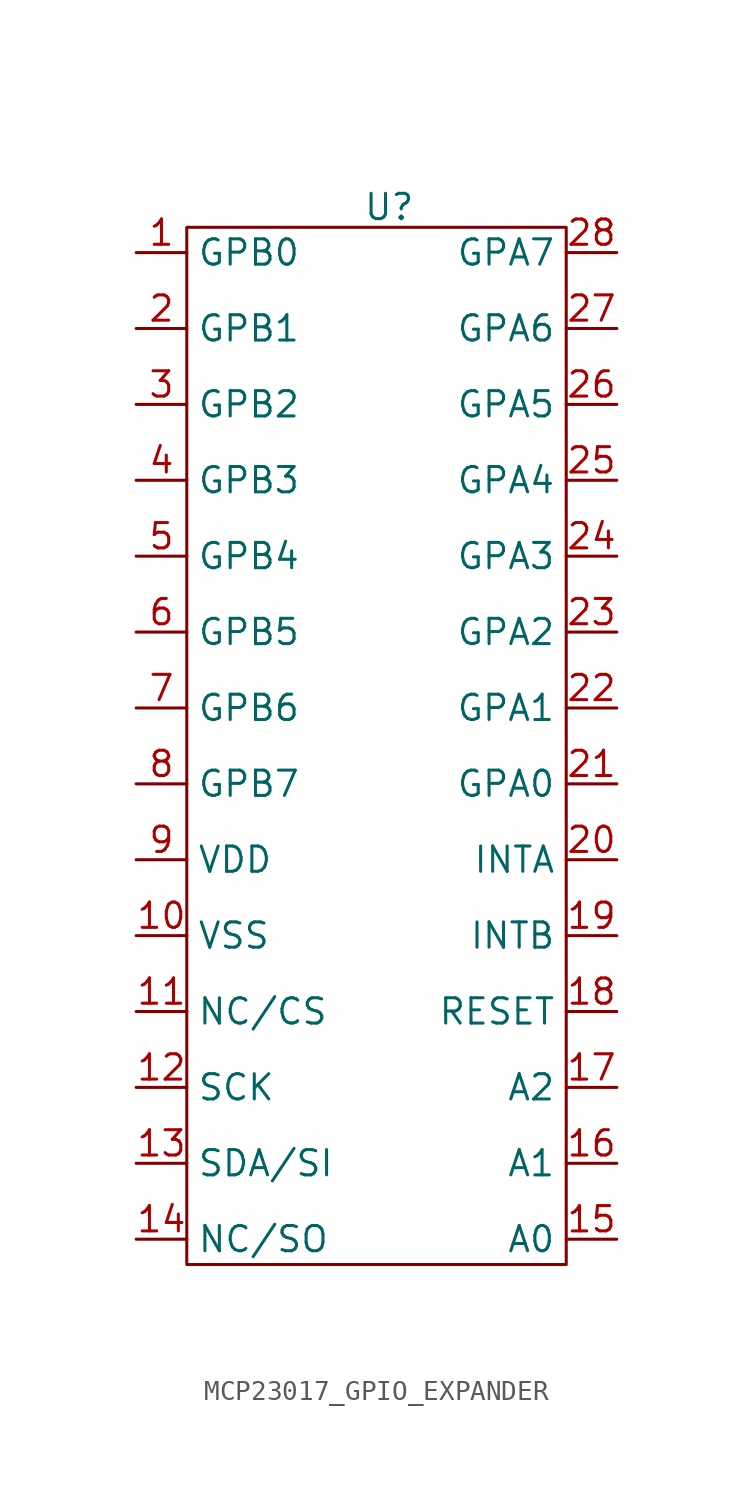
<source format=kicad_sym>
(kicad_symbol_lib
  (version 20231120)
  (generator "kicad_symbol_editor")
  (generator_version "8.0")
  (symbol "MCP23017_GPIO_EXPANDER"
    (property "Reference" "U"
      (at 0 -0.254 0)
      (effects (font (size 1.27 1.27))))
    (property "Value" ""
      (at 0 0 0)
      (effects (font (size 1.27 1.27))))
    (symbol "MCP23017_GPIO_EXPANDER_0_1"
      (rectangle (start -10.16 -1.27) (end 8.89 -53.34) (stroke (width 0) (type default)) (fill (type none))))
    (symbol "MCP23017_GPIO_EXPANDER_1_1"
      (pin bidirectional line (at -12.7 -2.54 0) (length 2.54) (name "GPB0" (effects (font (size 1.27 1.27)))) (number "1" (effects (font (size 1.27 1.27)))))
      (pin power_in line (at -12.7 -36.83 0) (length 2.54) (name "VSS" (effects (font (size 1.27 1.27)))) (number "10" (effects (font (size 1.27 1.27)))))
      (pin input line (at -12.7 -40.64 0) (length 2.54) (name "NC/CS" (effects (font (size 1.27 1.27)))) (number "11" (effects (font (size 1.27 1.27)))))
      (pin input line (at -12.7 -44.45 0) (length 2.54) (name "SCK" (effects (font (size 1.27 1.27)))) (number "12" (effects (font (size 1.27 1.27)))))
      (pin bidirectional line (at -12.7 -48.26 0) (length 2.54) (name "SDA/SI" (effects (font (size 1.27 1.27)))) (number "13" (effects (font (size 1.27 1.27)))))
      (pin output line (at -12.7 -52.07 0) (length 2.54) (name "NC/SO" (effects (font (size 1.27 1.27)))) (number "14" (effects (font (size 1.27 1.27)))))
      (pin input line (at 11.43 -52.07 180) (length 2.54) (name "A0" (effects (font (size 1.27 1.27)))) (number "15" (effects (font (size 1.27 1.27)))))
      (pin input line (at 11.43 -48.26 180) (length 2.54) (name "A1" (effects (font (size 1.27 1.27)))) (number "16" (effects (font (size 1.27 1.27)))))
      (pin input line (at 11.43 -44.45 180) (length 2.54) (name "A2" (effects (font (size 1.27 1.27)))) (number "17" (effects (font (size 1.27 1.27)))))
      (pin input line (at 11.43 -40.64 180) (length 2.54) (name "RESET" (effects (font (size 1.27 1.27)))) (number "18" (effects (font (size 1.27 1.27)))))
      (pin output line (at 11.43 -36.83 180) (length 2.54) (name "INTB" (effects (font (size 1.27 1.27)))) (number "19" (effects (font (size 1.27 1.27)))))
      (pin bidirectional line (at -12.7 -6.35 0) (length 2.54) (name "GPB1" (effects (font (size 1.27 1.27)))) (number "2" (effects (font (size 1.27 1.27)))))
      (pin output line (at 11.43 -33.02 180) (length 2.54) (name "INTA" (effects (font (size 1.27 1.27)))) (number "20" (effects (font (size 1.27 1.27)))))
      (pin bidirectional line (at 11.43 -29.21 180) (length 2.54) (name "GPA0" (effects (font (size 1.27 1.27)))) (number "21" (effects (font (size 1.27 1.27)))))
      (pin bidirectional line (at 11.43 -25.4 180) (length 2.54) (name "GPA1" (effects (font (size 1.27 1.27)))) (number "22" (effects (font (size 1.27 1.27)))))
      (pin bidirectional line (at 11.43 -21.59 180) (length 2.54) (name "GPA2" (effects (font (size 1.27 1.27)))) (number "23" (effects (font (size 1.27 1.27)))))
      (pin bidirectional line (at 11.43 -17.78 180) (length 2.54) (name "GPA3" (effects (font (size 1.27 1.27)))) (number "24" (effects (font (size 1.27 1.27)))))
      (pin bidirectional line (at 11.43 -13.97 180) (length 2.54) (name "GPA4" (effects (font (size 1.27 1.27)))) (number "25" (effects (font (size 1.27 1.27)))))
      (pin bidirectional line (at 11.43 -10.16 180) (length 2.54) (name "GPA5" (effects (font (size 1.27 1.27)))) (number "26" (effects (font (size 1.27 1.27)))))
      (pin bidirectional line (at 11.43 -6.35 180) (length 2.54) (name "GPA6" (effects (font (size 1.27 1.27)))) (number "27" (effects (font (size 1.27 1.27)))))
      (pin bidirectional line (at 11.43 -2.54 180) (length 2.54) (name "GPA7" (effects (font (size 1.27 1.27)))) (number "28" (effects (font (size 1.27 1.27)))))
      (pin bidirectional line (at -12.7 -10.16 0) (length 2.54) (name "GPB2" (effects (font (size 1.27 1.27)))) (number "3" (effects (font (size 1.27 1.27)))))
      (pin bidirectional line (at -12.7 -13.97 0) (length 2.54) (name "GPB3" (effects (font (size 1.27 1.27)))) (number "4" (effects (font (size 1.27 1.27)))))
      (pin bidirectional line (at -12.7 -17.78 0) (length 2.54) (name "GPB4" (effects (font (size 1.27 1.27)))) (number "5" (effects (font (size 1.27 1.27)))))
      (pin bidirectional line (at -12.7 -21.59 0) (length 2.54) (name "GPB5" (effects (font (size 1.27 1.27)))) (number "6" (effects (font (size 1.27 1.27)))))
      (pin bidirectional line (at -12.7 -25.4 0) (length 2.54) (name "GPB6" (effects (font (size 1.27 1.27)))) (number "7" (effects (font (size 1.27 1.27)))))
      (pin bidirectional line (at -12.7 -29.21 0) (length 2.54) (name "GPB7" (effects (font (size 1.27 1.27)))) (number "8" (effects (font (size 1.27 1.27)))))
      (pin power_in line (at -12.7 -33.02 0) (length 2.54) (name "VDD" (effects (font (size 1.27 1.27)))) (number "9" (effects (font (size 1.27 1.27))))))))
</source>
